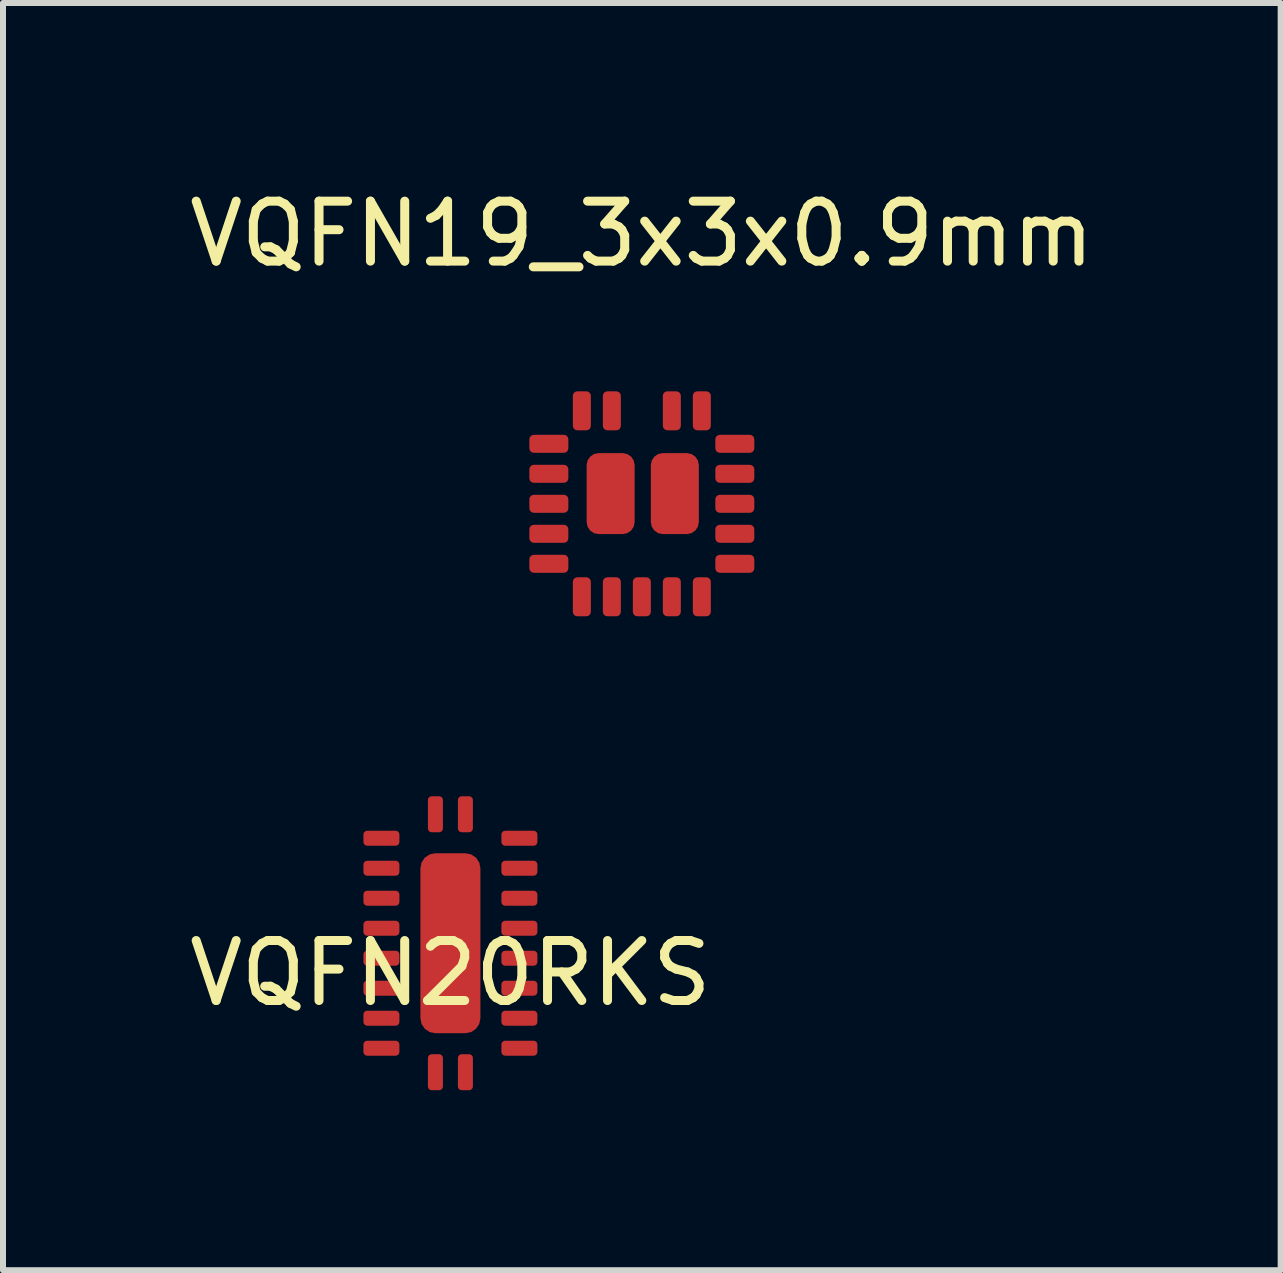
<source format=kicad_pcb>
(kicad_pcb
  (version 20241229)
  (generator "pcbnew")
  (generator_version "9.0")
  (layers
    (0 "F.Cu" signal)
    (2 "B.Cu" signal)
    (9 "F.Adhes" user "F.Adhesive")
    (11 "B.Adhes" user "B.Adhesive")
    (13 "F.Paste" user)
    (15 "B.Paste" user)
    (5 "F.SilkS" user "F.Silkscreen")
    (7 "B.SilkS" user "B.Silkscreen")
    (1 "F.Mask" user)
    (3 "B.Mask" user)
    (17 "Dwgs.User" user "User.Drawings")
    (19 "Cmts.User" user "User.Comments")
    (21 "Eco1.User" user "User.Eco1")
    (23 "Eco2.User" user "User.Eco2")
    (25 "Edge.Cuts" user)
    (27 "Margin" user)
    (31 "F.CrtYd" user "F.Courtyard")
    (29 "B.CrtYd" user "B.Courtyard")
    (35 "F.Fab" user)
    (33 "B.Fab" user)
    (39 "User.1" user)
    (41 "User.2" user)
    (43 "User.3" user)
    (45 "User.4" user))
  (footprint "VQFN20RKS"
    (layer "F.Cu")
    (at 4.458 12.673)
    (property "Reference" "VQFN20RKS" (at 0 0.5 0) (layer "F.SilkS") (effects (font (size 1 1) (thickness 0.15))))
    (attr smd)
    (pad "0" smd roundrect (at 0 0) (size 1 3) (layers "F.Cu" "F.Mask" "F.Paste") (roundrect_rratio 0.25))
    (pad "1" smd roundrect (at -0.25 -2.15) (size 0.25 0.6) (layers "F.Cu" "F.Mask" "F.Paste") (roundrect_rratio 0.25))
    (pad "2" smd roundrect (at -1.15 -1.75 90) (size 0.25 0.6) (layers "F.Cu" "F.Mask" "F.Paste") (roundrect_rratio 0.25))
    (pad "3" smd roundrect (at -1.15 -1.25 90) (size 0.25 0.6) (layers "F.Cu" "F.Mask" "F.Paste") (roundrect_rratio 0.25))
    (pad "4" smd roundrect (at -1.15 -0.75 90) (size 0.25 0.6) (layers "F.Cu" "F.Mask" "F.Paste") (roundrect_rratio 0.25))
    (pad "5" smd roundrect (at -1.15 -0.25 90) (size 0.25 0.6) (layers "F.Cu" "F.Mask" "F.Paste") (roundrect_rratio 0.25))
    (pad "6" smd roundrect (at -1.15 0.25 90) (size 0.25 0.6) (layers "F.Cu" "F.Mask" "F.Paste") (roundrect_rratio 0.25))
    (pad "7" smd roundrect (at -1.15 0.75 90) (size 0.25 0.6) (layers "F.Cu" "F.Mask" "F.Paste") (roundrect_rratio 0.25))
    (pad "8" smd roundrect (at -1.15 1.25 90) (size 0.25 0.6) (layers "F.Cu" "F.Mask" "F.Paste") (roundrect_rratio 0.25))
    (pad "9" smd roundrect (at -1.15 1.75 90) (size 0.25 0.6) (layers "F.Cu" "F.Mask" "F.Paste") (roundrect_rratio 0.25))
    (pad "10" smd roundrect (at -0.25 2.15) (size 0.25 0.6) (layers "F.Cu" "F.Mask" "F.Paste") (roundrect_rratio 0.25))
    (pad "11" smd roundrect (at 0.25 2.15) (size 0.25 0.6) (layers "F.Cu" "F.Mask" "F.Paste") (roundrect_rratio 0.25))
    (pad "12" smd roundrect (at 1.15 1.75 90) (size 0.25 0.6) (layers "F.Cu" "F.Mask" "F.Paste") (roundrect_rratio 0.25))
    (pad "13" smd roundrect (at 1.15 1.25 90) (size 0.25 0.6) (layers "F.Cu" "F.Mask" "F.Paste") (roundrect_rratio 0.25))
    (pad "14" smd roundrect (at 1.15 0.75 90) (size 0.25 0.6) (layers "F.Cu" "F.Mask" "F.Paste") (roundrect_rratio 0.25))
    (pad "15" smd roundrect (at 1.15 0.25 90) (size 0.25 0.6) (layers "F.Cu" "F.Mask" "F.Paste") (roundrect_rratio 0.25))
    (pad "16" smd roundrect (at 1.15 -0.25 90) (size 0.25 0.6) (layers "F.Cu" "F.Mask" "F.Paste") (roundrect_rratio 0.25))
    (pad "17" smd roundrect (at 1.15 -0.75 90) (size 0.25 0.6) (layers "F.Cu" "F.Mask" "F.Paste") (roundrect_rratio 0.25))
    (pad "18" smd roundrect (at 1.15 -1.25 90) (size 0.25 0.6) (layers "F.Cu" "F.Mask" "F.Paste") (roundrect_rratio 0.25))
    (pad "19" smd roundrect (at 1.15 -1.75 90) (size 0.25 0.6) (layers "F.Cu" "F.Mask" "F.Paste") (roundrect_rratio 0.25))
    (pad "20" smd roundrect (at 0.25 -2.15) (size 0.25 0.6) (layers "F.Cu" "F.Mask" "F.Paste") (roundrect_rratio 0.25)))
  (footprint "VQFN19_3x3x0.9mm"
    (layer "F.Cu")
    (at 7.649 5.348)
    (property "Reference" "VQFN19_3x3x0.9mm" (at 0 -4.5 0) (layer "F.SilkS") (effects (font (size 1 1) (thickness 0.15))))
    (attr through_hole)
    (pad "1" smd roundrect (at -1.55 -1 90) (size 0.3 0.65) (layers "F.Cu" "F.Mask" "F.Paste") (roundrect_rratio 0.25))
    (pad "2" smd roundrect (at -1.55 -0.5 90) (size 0.3 0.65) (layers "F.Cu" "F.Mask" "F.Paste") (roundrect_rratio 0.25))
    (pad "3" smd roundrect (at -1.55 0 90) (size 0.3 0.65) (layers "F.Cu" "F.Mask" "F.Paste") (roundrect_rratio 0.25))
    (pad "4" smd roundrect (at -1.55 0.5 90) (size 0.3 0.65) (layers "F.Cu" "F.Mask" "F.Paste") (roundrect_rratio 0.25))
    (pad "5" smd roundrect (at -1.55 1 90) (size 0.3 0.65) (layers "F.Cu" "F.Mask" "F.Paste") (roundrect_rratio 0.25))
    (pad "6" smd roundrect (at -1 1.55 180) (size 0.3 0.65) (layers "F.Cu" "F.Mask" "F.Paste") (roundrect_rratio 0.25))
    (pad "7" smd roundrect (at -0.5 1.55 180) (size 0.3 0.65) (layers "F.Cu" "F.Mask" "F.Paste") (roundrect_rratio 0.25))
    (pad "8" smd roundrect (at 0 1.55 180) (size 0.3 0.65) (layers "F.Cu" "F.Mask" "F.Paste") (roundrect_rratio 0.25))
    (pad "9" smd roundrect (at 0.5 1.55 180) (size 0.3 0.65) (layers "F.Cu" "F.Mask" "F.Paste") (roundrect_rratio 0.25))
    (pad "10" smd roundrect (at 1 1.55 180) (size 0.3 0.65) (layers "F.Cu" "F.Mask" "F.Paste") (roundrect_rratio 0.25))
    (pad "11" smd roundrect (at 1.55 1 270) (size 0.3 0.65) (layers "F.Cu" "F.Mask" "F.Paste") (roundrect_rratio 0.25))
    (pad "12" smd roundrect (at 1.55 0.5 270) (size 0.3 0.65) (layers "F.Cu" "F.Mask" "F.Paste") (roundrect_rratio 0.25))
    (pad "13" smd roundrect (at 1.55 0 270) (size 0.3 0.65) (layers "F.Cu" "F.Mask" "F.Paste") (roundrect_rratio 0.25))
    (pad "14" smd roundrect (at 1.55 -0.5 270) (size 0.3 0.65) (layers "F.Cu" "F.Mask" "F.Paste") (roundrect_rratio 0.25))
    (pad "15" smd roundrect (at 1.55 -1 270) (size 0.3 0.65) (layers "F.Cu" "F.Mask" "F.Paste") (roundrect_rratio 0.25))
    (pad "16" smd roundrect (at 1 -1.55) (size 0.3 0.65) (layers "F.Cu" "F.Mask" "F.Paste") (roundrect_rratio 0.25))
    (pad "17" smd roundrect (at 0.5 -1.55) (size 0.3 0.65) (layers "F.Cu" "F.Mask" "F.Paste") (roundrect_rratio 0.25))
    (pad "18" smd roundrect (at -0.5 -1.55) (size 0.3 0.65) (layers "F.Cu" "F.Mask" "F.Paste") (roundrect_rratio 0.25))
    (pad "19" smd roundrect (at -1 -1.55) (size 0.3 0.65) (layers "F.Cu" "F.Mask" "F.Paste") (roundrect_rratio 0.25))
    (pad "20" smd roundrect (at -0.52 -0.17) (size 0.8 1.35) (layers "F.Cu" "F.Mask" "F.Paste") (roundrect_rratio 0.25))
    (pad "21" smd roundrect (at 0.55 -0.17) (size 0.8 1.35) (layers "F.Cu" "F.Mask" "F.Paste") (roundrect_rratio 0.25)))
  (gr_rect
    (start -3 -3)
    (end 18.298 18.123)
    (stroke (width 0.1) (type default))
    (fill no)
    (layer "Edge.Cuts")))
</source>
